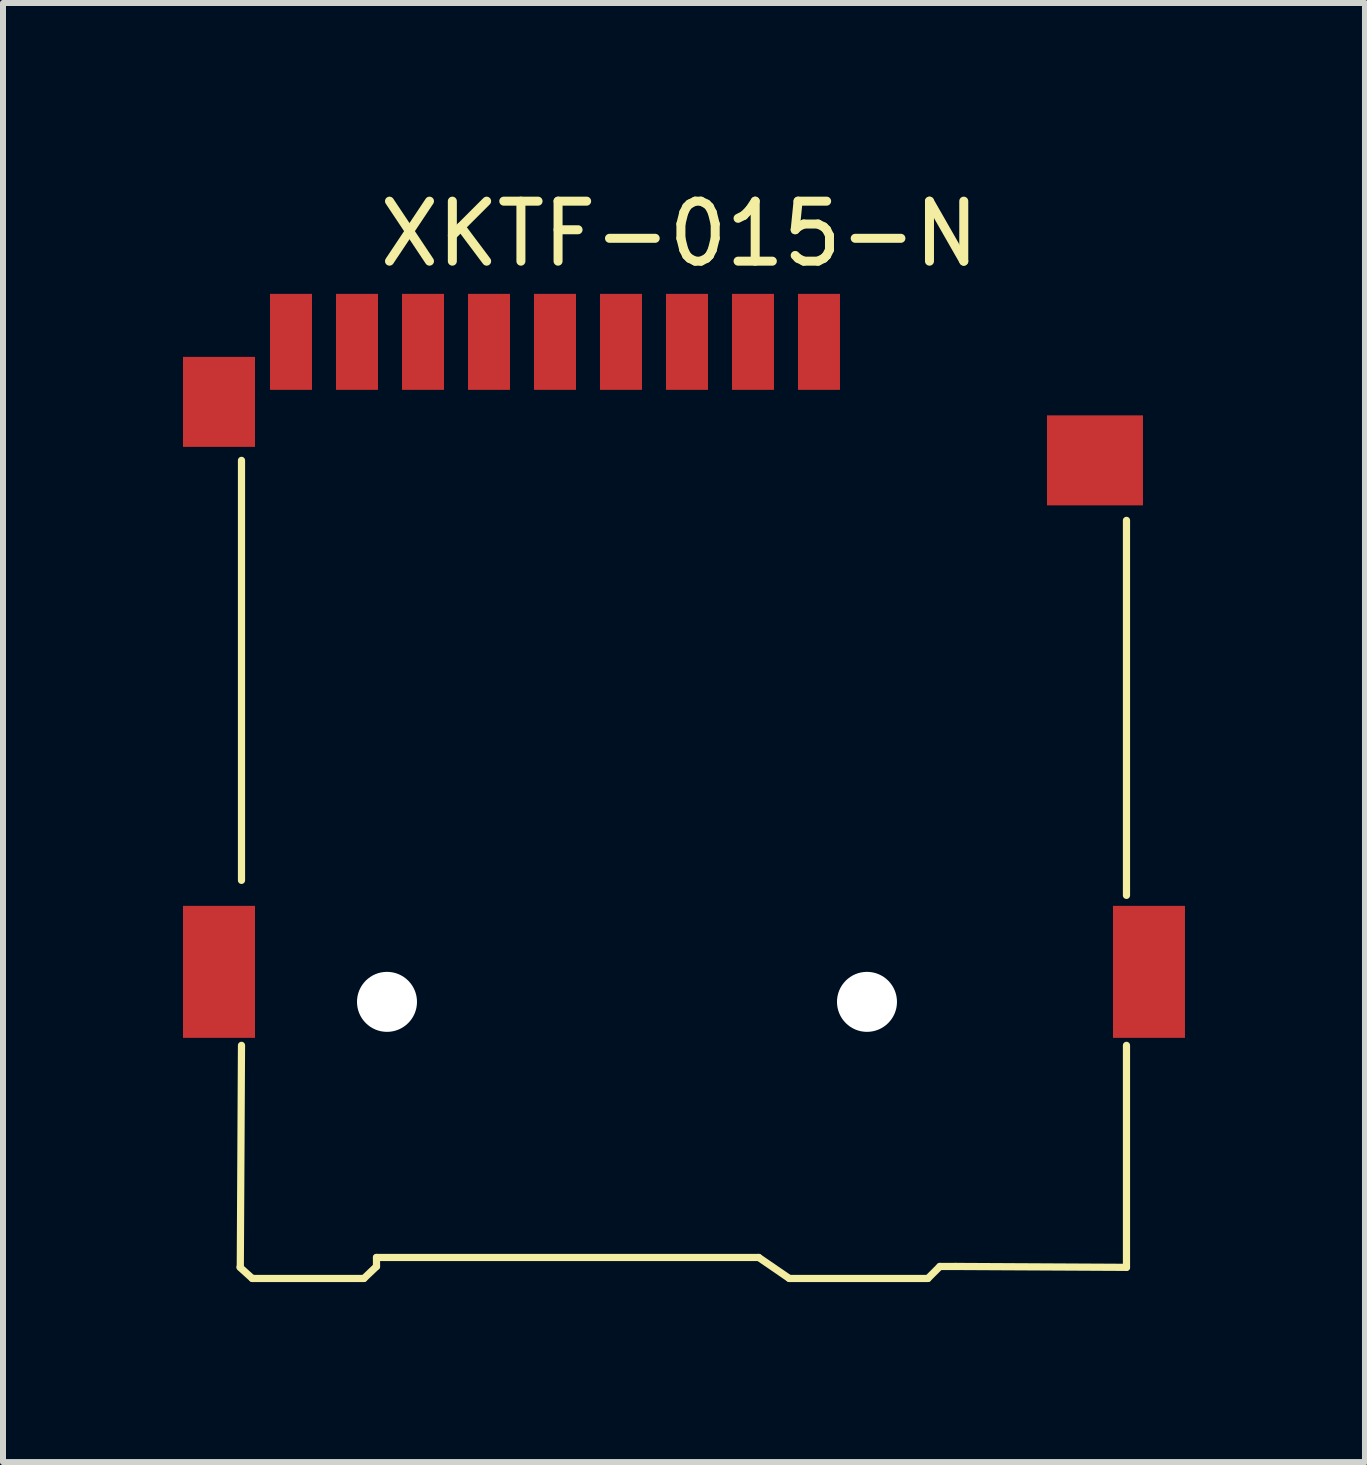
<source format=kicad_pcb>
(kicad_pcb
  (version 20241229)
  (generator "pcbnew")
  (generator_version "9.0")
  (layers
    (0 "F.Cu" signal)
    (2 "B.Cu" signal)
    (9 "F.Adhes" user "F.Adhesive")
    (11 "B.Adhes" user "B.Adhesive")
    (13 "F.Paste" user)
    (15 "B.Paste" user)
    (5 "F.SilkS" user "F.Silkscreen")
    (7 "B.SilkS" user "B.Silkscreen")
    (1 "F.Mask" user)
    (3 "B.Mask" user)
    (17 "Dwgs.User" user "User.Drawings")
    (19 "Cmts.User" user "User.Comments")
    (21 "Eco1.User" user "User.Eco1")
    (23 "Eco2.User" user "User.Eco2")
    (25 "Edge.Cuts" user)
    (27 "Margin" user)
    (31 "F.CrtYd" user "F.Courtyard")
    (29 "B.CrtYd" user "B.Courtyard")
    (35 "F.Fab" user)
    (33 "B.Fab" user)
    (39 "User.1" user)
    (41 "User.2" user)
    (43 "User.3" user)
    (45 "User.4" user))
  (footprint "XKTF-015-N"
    (layer "F.Cu")
    (at 8.35 10.373)
    (property "Reference" "XKTF-015-N" (at -0.075 -9.525 0) (layer "F.SilkS") (effects (font (size 1 1) (thickness 0.15))))
    (attr smd)
    (fp_line (start -7.375 1.25) (end -7.375 -5.75) (stroke (width 0.12) (type solid)) (layer "F.SilkS"))
    (fp_line (start -7.375 4) (end -7.395 7.685) (stroke (width 0.12) (type solid)) (layer "F.SilkS"))
    (fp_line (start -7.195 7.885) (end -7.4 7.7) (stroke (width 0.12) (type solid)) (layer "F.SilkS"))
    (fp_line (start -7.195 7.885) (end -5.335 7.885) (stroke (width 0.12) (type solid)) (layer "F.SilkS"))
    (fp_line (start -5.335 7.885) (end -5.125 7.685) (stroke (width 0.12) (type solid)) (layer "F.SilkS"))
    (fp_line (start -5.125 7.535) (end -5.125 7.685) (stroke (width 0.12) (type solid)) (layer "F.SilkS"))
    (fp_line (start -5.125 7.535) (end 1.245 7.535) (stroke (width 0.12) (type solid)) (layer "F.SilkS"))
    (fp_line (start 1.755 7.885) (end 1.245 7.535) (stroke (width 0.12) (type solid)) (layer "F.SilkS"))
    (fp_line (start 4.065 7.885) (end 1.755 7.885) (stroke (width 0.12) (type solid)) (layer "F.SilkS"))
    (fp_line (start 4.065 7.885) (end 4.265 7.685) (stroke (width 0.12) (type solid)) (layer "F.SilkS"))
    (fp_line (start 4.265 7.685) (end 4.525 7.685) (stroke (width 0.12) (type solid)) (layer "F.SilkS"))
    (fp_line (start 4.525 7.685) (end 7.375 7.7) (stroke (width 0.12) (type solid)) (layer "F.SilkS"))
    (fp_line (start 7.375 -4.75) (end 7.375 1.5) (stroke (width 0.12) (type solid)) (layer "F.SilkS"))
    (fp_line (start 7.375 4) (end 7.375 7.7) (stroke (width 0.12) (type solid)) (layer "F.SilkS"))
    (pad "" np_thru_hole circle (at -4.95 3.275) (size 1 1) (drill 1) (layers "*.Cu" "*.Mask"))
    (pad "" np_thru_hole circle (at 3.05 3.275) (size 1 1) (drill 1) (layers "*.Cu" "*.Mask"))
    (pad "1" smd rect (at 2.25 -7.725) (size 0.7 1.6) (layers "F.Cu" "F.Mask" "F.Paste"))
    (pad "2" smd rect (at 1.15 -7.725) (size 0.7 1.6) (layers "F.Cu" "F.Mask" "F.Paste"))
    (pad "3" smd rect (at 0.05 -7.725) (size 0.7 1.6) (layers "F.Cu" "F.Mask" "F.Paste"))
    (pad "4" smd rect (at -1.05 -7.725) (size 0.7 1.6) (layers "F.Cu" "F.Mask" "F.Paste"))
    (pad "5" smd rect (at -2.15 -7.725) (size 0.7 1.6) (layers "F.Cu" "F.Mask" "F.Paste"))
    (pad "6" smd rect (at -3.25 -7.725) (size 0.7 1.6) (layers "F.Cu" "F.Mask" "F.Paste"))
    (pad "7" smd rect (at -4.35 -7.725) (size 0.7 1.6) (layers "F.Cu" "F.Mask" "F.Paste"))
    (pad "8" smd rect (at -5.45 -7.725) (size 0.7 1.6) (layers "F.Cu" "F.Mask" "F.Paste"))
    (pad "9" smd rect (at -7.75 -6.725) (size 1.2 1.5) (layers "F.Cu" "F.Mask" "F.Paste"))
    (pad "9" smd rect (at -7.75 2.775) (size 1.2 2.2) (layers "F.Cu" "F.Mask" "F.Paste"))
    (pad "9" smd rect (at 6.85 -5.75) (size 1.6 1.5) (layers "F.Cu" "F.Mask" "F.Paste"))
    (pad "9" smd rect (at 7.75 2.775) (size 1.2 2.2) (layers "F.Cu" "F.Mask" "F.Paste"))
    (pad "CD" smd rect (at -6.55 -7.725) (size 0.7 1.6) (layers "F.Cu" "F.Mask" "F.Paste")))
  (gr_rect
    (start -3 -3)
    (end 19.7 21.318)
    (stroke (width 0.1) (type default))
    (fill no)
    (layer "Edge.Cuts")))
</source>
